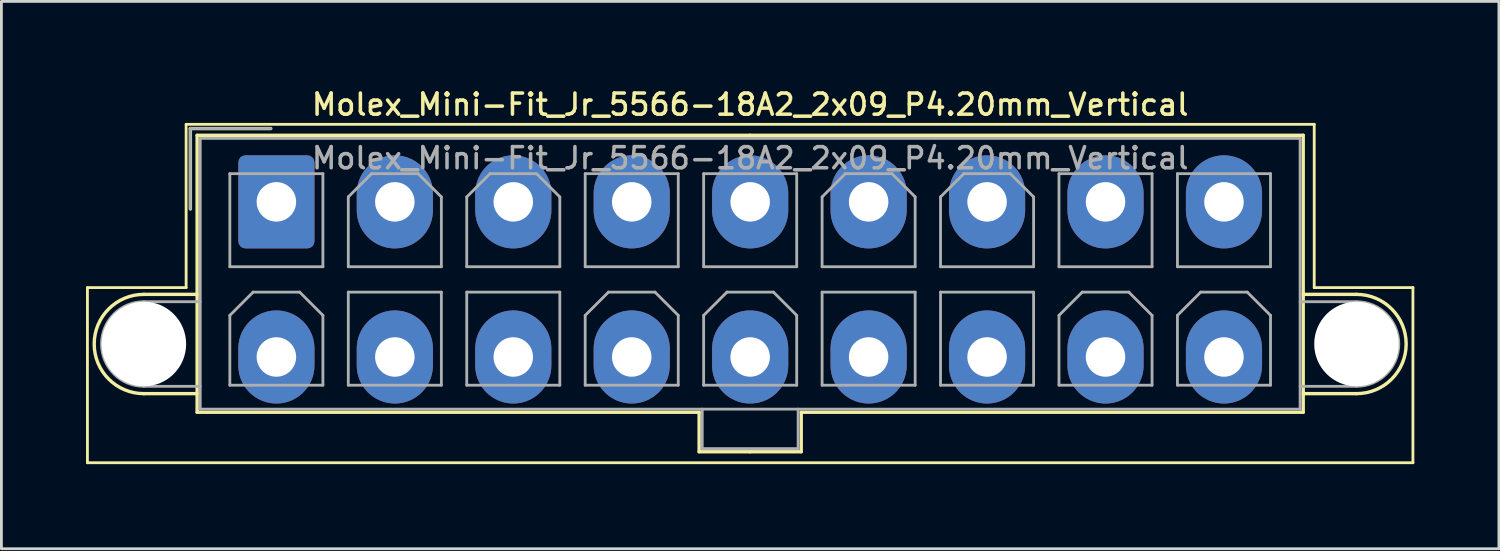
<source format=kicad_pcb>
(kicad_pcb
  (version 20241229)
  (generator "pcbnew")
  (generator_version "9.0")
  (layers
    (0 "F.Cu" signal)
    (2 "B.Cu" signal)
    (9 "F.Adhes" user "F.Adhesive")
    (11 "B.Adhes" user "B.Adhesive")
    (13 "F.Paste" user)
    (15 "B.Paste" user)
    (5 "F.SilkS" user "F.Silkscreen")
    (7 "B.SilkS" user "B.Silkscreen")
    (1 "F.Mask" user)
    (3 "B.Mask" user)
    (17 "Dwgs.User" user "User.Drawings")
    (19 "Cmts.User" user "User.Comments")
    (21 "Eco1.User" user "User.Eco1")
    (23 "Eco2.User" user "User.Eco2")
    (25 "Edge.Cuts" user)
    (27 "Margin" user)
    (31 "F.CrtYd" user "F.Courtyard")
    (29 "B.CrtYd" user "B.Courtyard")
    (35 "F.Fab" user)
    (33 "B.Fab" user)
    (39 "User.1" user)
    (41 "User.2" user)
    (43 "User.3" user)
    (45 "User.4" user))
  (footprint "Molex_Mini-Fit_Jr_5566-18A2_2x09_P4.20mm_Vertical"
    (layer "F.Cu")
    (at 6.75 4.108)
    (property "Reference" "Molex_Mini-Fit_Jr_5566-18A2_2x09_P4.20mm_Vertical" (at 16.8 -3.45 0) (layer "F.SilkS") (effects (font (size 0.75 0.75) (thickness 0.125))))
    (attr through_hole)
    (fp_line (start -6.7 3.04) (end -6.7 9.25) (stroke (width 0.1) (type solid)) (layer "F.SilkS"))
    (fp_line (start -6.7 9.25) (end 40.3 9.25) (stroke (width 0.1) (type solid)) (layer "F.SilkS"))
    (fp_line (start -4.7 3.28) (end -2.81 3.28) (stroke (width 0.12) (type solid)) (layer "F.SilkS"))
    (fp_line (start -4.7 6.8) (end -2.81 6.8) (stroke (width 0.12) (type solid)) (layer "F.SilkS"))
    (fp_line (start -3.2 -2.75) (end -3.2 3.04) (stroke (width 0.1) (type solid)) (layer "F.SilkS"))
    (fp_line (start -3.2 3.04) (end -6.7 3.04) (stroke (width 0.1) (type solid)) (layer "F.SilkS"))
    (fp_line (start -3.05 -2.6) (end -3.05 0.25) (stroke (width 0.12) (type solid)) (layer "F.SilkS"))
    (fp_line (start -2.81 -2.36) (end -2.81 7.46) (stroke (width 0.12) (type solid)) (layer "F.SilkS"))
    (fp_line (start -2.81 7.46) (end 14.99 7.46) (stroke (width 0.12) (type solid)) (layer "F.SilkS"))
    (fp_line (start -0.2 -2.6) (end -3.05 -2.6) (stroke (width 0.12) (type solid)) (layer "F.SilkS"))
    (fp_line (start 14.99 7.46) (end 14.99 8.86) (stroke (width 0.12) (type solid)) (layer "F.SilkS"))
    (fp_line (start 14.99 8.86) (end 16.8 8.86) (stroke (width 0.12) (type solid)) (layer "F.SilkS"))
    (fp_line (start 16.8 -2.36) (end -2.81 -2.36) (stroke (width 0.12) (type solid)) (layer "F.SilkS"))
    (fp_line (start 16.8 -2.36) (end 36.41 -2.36) (stroke (width 0.12) (type solid)) (layer "F.SilkS"))
    (fp_line (start 18.61 7.46) (end 18.61 8.86) (stroke (width 0.12) (type solid)) (layer "F.SilkS"))
    (fp_line (start 18.61 8.86) (end 16.8 8.86) (stroke (width 0.12) (type solid)) (layer "F.SilkS"))
    (fp_line (start 36.41 -2.36) (end 36.41 7.46) (stroke (width 0.12) (type solid)) (layer "F.SilkS"))
    (fp_line (start 36.41 7.46) (end 18.61 7.46) (stroke (width 0.12) (type solid)) (layer "F.SilkS"))
    (fp_line (start 36.8 -2.75) (end -3.2 -2.75) (stroke (width 0.1) (type solid)) (layer "F.SilkS"))
    (fp_line (start 36.8 3.04) (end 36.8 -2.75) (stroke (width 0.1) (type solid)) (layer "F.SilkS"))
    (fp_line (start 38.3 3.28) (end 36.41 3.28) (stroke (width 0.12) (type solid)) (layer "F.SilkS"))
    (fp_line (start 38.3 6.8) (end 36.41 6.8) (stroke (width 0.12) (type solid)) (layer "F.SilkS"))
    (fp_line (start 40.3 3.04) (end 36.8 3.04) (stroke (width 0.1) (type solid)) (layer "F.SilkS"))
    (fp_line (start 40.3 9.25) (end 40.3 3.04) (stroke (width 0.1) (type solid)) (layer "F.SilkS"))
    (fp_arc (start -4.7 6.8) (mid -6.46 5.04) (end -4.7 3.28) (stroke (width 0.12) (type solid)) (layer "F.SilkS"))
    (fp_arc (start 38.3 3.28) (mid 40.06 5.04) (end 38.3 6.8) (stroke (width 0.12) (type solid)) (layer "F.SilkS"))
    (fp_line (start -4.7 3.54) (end -2.7 3.54) (stroke (width 0.1) (type solid)) (layer "F.Fab"))
    (fp_line (start -4.7 6.54) (end -2.7 6.54) (stroke (width 0.1) (type solid)) (layer "F.Fab"))
    (fp_line (start -3.05 -2.6) (end -3.05 0.25) (stroke (width 0.1) (type solid)) (layer "F.Fab"))
    (fp_line (start -2.7 -2.25) (end -2.7 7.35) (stroke (width 0.1) (type solid)) (layer "F.Fab"))
    (fp_line (start -2.7 7.35) (end 36.3 7.35) (stroke (width 0.1) (type solid)) (layer "F.Fab"))
    (fp_line (start -1.65 -1) (end -1.65 2.3) (stroke (width 0.1) (type solid)) (layer "F.Fab"))
    (fp_line (start -1.65 2.3) (end 1.65 2.3) (stroke (width 0.1) (type solid)) (layer "F.Fab"))
    (fp_line (start -1.65 4.025) (end -0.825 3.2) (stroke (width 0.1) (type solid)) (layer "F.Fab"))
    (fp_line (start -1.65 6.5) (end -1.65 4.025) (stroke (width 0.1) (type solid)) (layer "F.Fab"))
    (fp_line (start -0.825 3.2) (end 0.825 3.2) (stroke (width 0.1) (type solid)) (layer "F.Fab"))
    (fp_line (start -0.2 -2.6) (end -3.05 -2.6) (stroke (width 0.1) (type solid)) (layer "F.Fab"))
    (fp_line (start 0.825 3.2) (end 1.65 4.025) (stroke (width 0.1) (type solid)) (layer "F.Fab"))
    (fp_line (start 1.65 -1) (end -1.65 -1) (stroke (width 0.1) (type solid)) (layer "F.Fab"))
    (fp_line (start 1.65 2.3) (end 1.65 -1) (stroke (width 0.1) (type solid)) (layer "F.Fab"))
    (fp_line (start 1.65 4.025) (end 1.65 6.5) (stroke (width 0.1) (type solid)) (layer "F.Fab"))
    (fp_line (start 1.65 6.5) (end -1.65 6.5) (stroke (width 0.1) (type solid)) (layer "F.Fab"))
    (fp_line (start 2.55 -0.175) (end 3.375 -1) (stroke (width 0.1) (type solid)) (layer "F.Fab"))
    (fp_line (start 2.55 2.3) (end 2.55 -0.175) (stroke (width 0.1) (type solid)) (layer "F.Fab"))
    (fp_line (start 2.55 3.2) (end 2.55 6.5) (stroke (width 0.1) (type solid)) (layer "F.Fab"))
    (fp_line (start 2.55 6.5) (end 5.85 6.5) (stroke (width 0.1) (type solid)) (layer "F.Fab"))
    (fp_line (start 3.375 -1) (end 5.025 -1) (stroke (width 0.1) (type solid)) (layer "F.Fab"))
    (fp_line (start 5.025 -1) (end 5.85 -0.175) (stroke (width 0.1) (type solid)) (layer "F.Fab"))
    (fp_line (start 5.85 -0.175) (end 5.85 2.3) (stroke (width 0.1) (type solid)) (layer "F.Fab"))
    (fp_line (start 5.85 2.3) (end 2.55 2.3) (stroke (width 0.1) (type solid)) (layer "F.Fab"))
    (fp_line (start 5.85 3.2) (end 2.55 3.2) (stroke (width 0.1) (type solid)) (layer "F.Fab"))
    (fp_line (start 5.85 6.5) (end 5.85 3.2) (stroke (width 0.1) (type solid)) (layer "F.Fab"))
    (fp_line (start 6.75 -0.175) (end 7.575 -1) (stroke (width 0.1) (type solid)) (layer "F.Fab"))
    (fp_line (start 6.75 2.3) (end 6.75 -0.175) (stroke (width 0.1) (type solid)) (layer "F.Fab"))
    (fp_line (start 6.75 3.2) (end 6.75 6.5) (stroke (width 0.1) (type solid)) (layer "F.Fab"))
    (fp_line (start 6.75 6.5) (end 10.05 6.5) (stroke (width 0.1) (type solid)) (layer "F.Fab"))
    (fp_line (start 7.575 -1) (end 9.225 -1) (stroke (width 0.1) (type solid)) (layer "F.Fab"))
    (fp_line (start 9.225 -1) (end 10.05 -0.175) (stroke (width 0.1) (type solid)) (layer "F.Fab"))
    (fp_line (start 10.05 -0.175) (end 10.05 2.3) (stroke (width 0.1) (type solid)) (layer "F.Fab"))
    (fp_line (start 10.05 2.3) (end 6.75 2.3) (stroke (width 0.1) (type solid)) (layer "F.Fab"))
    (fp_line (start 10.05 3.2) (end 6.75 3.2) (stroke (width 0.1) (type solid)) (layer "F.Fab"))
    (fp_line (start 10.05 6.5) (end 10.05 3.2) (stroke (width 0.1) (type solid)) (layer "F.Fab"))
    (fp_line (start 10.95 -1) (end 10.95 2.3) (stroke (width 0.1) (type solid)) (layer "F.Fab"))
    (fp_line (start 10.95 2.3) (end 14.25 2.3) (stroke (width 0.1) (type solid)) (layer "F.Fab"))
    (fp_line (start 10.95 4.025) (end 11.775 3.2) (stroke (width 0.1) (type solid)) (layer "F.Fab"))
    (fp_line (start 10.95 6.5) (end 10.95 4.025) (stroke (width 0.1) (type solid)) (layer "F.Fab"))
    (fp_line (start 11.775 3.2) (end 13.425 3.2) (stroke (width 0.1) (type solid)) (layer "F.Fab"))
    (fp_line (start 13.425 3.2) (end 14.25 4.025) (stroke (width 0.1) (type solid)) (layer "F.Fab"))
    (fp_line (start 14.25 -1) (end 10.95 -1) (stroke (width 0.1) (type solid)) (layer "F.Fab"))
    (fp_line (start 14.25 2.3) (end 14.25 -1) (stroke (width 0.1) (type solid)) (layer "F.Fab"))
    (fp_line (start 14.25 4.025) (end 14.25 6.5) (stroke (width 0.1) (type solid)) (layer "F.Fab"))
    (fp_line (start 14.25 6.5) (end 10.95 6.5) (stroke (width 0.1) (type solid)) (layer "F.Fab"))
    (fp_line (start 15.1 7.35) (end 15.1 8.75) (stroke (width 0.1) (type solid)) (layer "F.Fab"))
    (fp_line (start 15.1 8.75) (end 18.5 8.75) (stroke (width 0.1) (type solid)) (layer "F.Fab"))
    (fp_line (start 15.15 -1) (end 15.15 2.3) (stroke (width 0.1) (type solid)) (layer "F.Fab"))
    (fp_line (start 15.15 2.3) (end 18.45 2.3) (stroke (width 0.1) (type solid)) (layer "F.Fab"))
    (fp_line (start 15.15 4.025) (end 15.975 3.2) (stroke (width 0.1) (type solid)) (layer "F.Fab"))
    (fp_line (start 15.15 6.5) (end 15.15 4.025) (stroke (width 0.1) (type solid)) (layer "F.Fab"))
    (fp_line (start 15.975 3.2) (end 17.625 3.2) (stroke (width 0.1) (type solid)) (layer "F.Fab"))
    (fp_line (start 17.625 3.2) (end 18.45 4.025) (stroke (width 0.1) (type solid)) (layer "F.Fab"))
    (fp_line (start 18.45 -1) (end 15.15 -1) (stroke (width 0.1) (type solid)) (layer "F.Fab"))
    (fp_line (start 18.45 2.3) (end 18.45 -1) (stroke (width 0.1) (type solid)) (layer "F.Fab"))
    (fp_line (start 18.45 4.025) (end 18.45 6.5) (stroke (width 0.1) (type solid)) (layer "F.Fab"))
    (fp_line (start 18.45 6.5) (end 15.15 6.5) (stroke (width 0.1) (type solid)) (layer "F.Fab"))
    (fp_line (start 18.5 8.75) (end 18.5 7.35) (stroke (width 0.1) (type solid)) (layer "F.Fab"))
    (fp_line (start 19.35 -0.175) (end 20.175 -1) (stroke (width 0.1) (type solid)) (layer "F.Fab"))
    (fp_line (start 19.35 2.3) (end 19.35 -0.175) (stroke (width 0.1) (type solid)) (layer "F.Fab"))
    (fp_line (start 19.35 3.2) (end 19.35 6.5) (stroke (width 0.1) (type solid)) (layer "F.Fab"))
    (fp_line (start 19.35 6.5) (end 22.65 6.5) (stroke (width 0.1) (type solid)) (layer "F.Fab"))
    (fp_line (start 20.175 -1) (end 21.825 -1) (stroke (width 0.1) (type solid)) (layer "F.Fab"))
    (fp_line (start 21.825 -1) (end 22.65 -0.175) (stroke (width 0.1) (type solid)) (layer "F.Fab"))
    (fp_line (start 22.65 -0.175) (end 22.65 2.3) (stroke (width 0.1) (type solid)) (layer "F.Fab"))
    (fp_line (start 22.65 2.3) (end 19.35 2.3) (stroke (width 0.1) (type solid)) (layer "F.Fab"))
    (fp_line (start 22.65 3.2) (end 19.35 3.2) (stroke (width 0.1) (type solid)) (layer "F.Fab"))
    (fp_line (start 22.65 6.5) (end 22.65 3.2) (stroke (width 0.1) (type solid)) (layer "F.Fab"))
    (fp_line (start 23.55 -0.175) (end 24.375 -1) (stroke (width 0.1) (type solid)) (layer "F.Fab"))
    (fp_line (start 23.55 2.3) (end 23.55 -0.175) (stroke (width 0.1) (type solid)) (layer "F.Fab"))
    (fp_line (start 23.55 3.2) (end 23.55 6.5) (stroke (width 0.1) (type solid)) (layer "F.Fab"))
    (fp_line (start 23.55 6.5) (end 26.85 6.5) (stroke (width 0.1) (type solid)) (layer "F.Fab"))
    (fp_line (start 24.375 -1) (end 26.025 -1) (stroke (width 0.1) (type solid)) (layer "F.Fab"))
    (fp_line (start 26.025 -1) (end 26.85 -0.175) (stroke (width 0.1) (type solid)) (layer "F.Fab"))
    (fp_line (start 26.85 -0.175) (end 26.85 2.3) (stroke (width 0.1) (type solid)) (layer "F.Fab"))
    (fp_line (start 26.85 2.3) (end 23.55 2.3) (stroke (width 0.1) (type solid)) (layer "F.Fab"))
    (fp_line (start 26.85 3.2) (end 23.55 3.2) (stroke (width 0.1) (type solid)) (layer "F.Fab"))
    (fp_line (start 26.85 6.5) (end 26.85 3.2) (stroke (width 0.1) (type solid)) (layer "F.Fab"))
    (fp_line (start 27.75 -1) (end 27.75 2.3) (stroke (width 0.1) (type solid)) (layer "F.Fab"))
    (fp_line (start 27.75 2.3) (end 31.05 2.3) (stroke (width 0.1) (type solid)) (layer "F.Fab"))
    (fp_line (start 27.75 4.025) (end 28.575 3.2) (stroke (width 0.1) (type solid)) (layer "F.Fab"))
    (fp_line (start 27.75 6.5) (end 27.75 4.025) (stroke (width 0.1) (type solid)) (layer "F.Fab"))
    (fp_line (start 28.575 3.2) (end 30.225 3.2) (stroke (width 0.1) (type solid)) (layer "F.Fab"))
    (fp_line (start 30.225 3.2) (end 31.05 4.025) (stroke (width 0.1) (type solid)) (layer "F.Fab"))
    (fp_line (start 31.05 -1) (end 27.75 -1) (stroke (width 0.1) (type solid)) (layer "F.Fab"))
    (fp_line (start 31.05 2.3) (end 31.05 -1) (stroke (width 0.1) (type solid)) (layer "F.Fab"))
    (fp_line (start 31.05 4.025) (end 31.05 6.5) (stroke (width 0.1) (type solid)) (layer "F.Fab"))
    (fp_line (start 31.05 6.5) (end 27.75 6.5) (stroke (width 0.1) (type solid)) (layer "F.Fab"))
    (fp_line (start 31.95 -1) (end 31.95 2.3) (stroke (width 0.1) (type solid)) (layer "F.Fab"))
    (fp_line (start 31.95 2.3) (end 35.25 2.3) (stroke (width 0.1) (type solid)) (layer "F.Fab"))
    (fp_line (start 31.95 4.025) (end 32.775 3.2) (stroke (width 0.1) (type solid)) (layer "F.Fab"))
    (fp_line (start 31.95 6.5) (end 31.95 4.025) (stroke (width 0.1) (type solid)) (layer "F.Fab"))
    (fp_line (start 32.775 3.2) (end 34.425 3.2) (stroke (width 0.1) (type solid)) (layer "F.Fab"))
    (fp_line (start 34.425 3.2) (end 35.25 4.025) (stroke (width 0.1) (type solid)) (layer "F.Fab"))
    (fp_line (start 35.25 -1) (end 31.95 -1) (stroke (width 0.1) (type solid)) (layer "F.Fab"))
    (fp_line (start 35.25 2.3) (end 35.25 -1) (stroke (width 0.1) (type solid)) (layer "F.Fab"))
    (fp_line (start 35.25 4.025) (end 35.25 6.5) (stroke (width 0.1) (type solid)) (layer "F.Fab"))
    (fp_line (start 35.25 6.5) (end 31.95 6.5) (stroke (width 0.1) (type solid)) (layer "F.Fab"))
    (fp_line (start 36.3 -2.25) (end -2.7 -2.25) (stroke (width 0.1) (type solid)) (layer "F.Fab"))
    (fp_line (start 36.3 7.35) (end 36.3 -2.25) (stroke (width 0.1) (type solid)) (layer "F.Fab"))
    (fp_line (start 38.3 3.54) (end 36.3 3.54) (stroke (width 0.1) (type solid)) (layer "F.Fab"))
    (fp_line (start 38.3 6.54) (end 36.3 6.54) (stroke (width 0.1) (type solid)) (layer "F.Fab"))
    (fp_arc (start -4.7 6.54) (mid -6.2 5.04) (end -4.7 3.54) (stroke (width 0.1) (type solid)) (layer "F.Fab"))
    (fp_arc (start 38.3 3.54) (mid 39.8 5.04) (end 38.3 6.54) (stroke (width 0.1) (type solid)) (layer "F.Fab"))
    (fp_text user "${REFERENCE}" (at 16.8 -1.55 0) (layer "F.Fab") (effects (font (size 0.75 0.75) (thickness 0.125))))
    (pad "" np_thru_hole circle (at -4.7 5.04) (size 3 3) (drill 3) (layers "*.Cu" "*.Mask"))
    (pad "" np_thru_hole circle (at 38.3 5.04) (size 3 3) (drill 3) (layers "*.Cu" "*.Mask"))
    (pad "1" thru_hole roundrect (at 0 0) (size 2.7 3.3) (drill 1.4) (layers "*.Cu" "*.Mask") (roundrect_rratio 0.093))
    (pad "2" thru_hole oval (at 4.2 0) (size 2.7 3.3) (drill 1.4) (layers "*.Cu" "*.Mask"))
    (pad "3" thru_hole oval (at 8.4 0) (size 2.7 3.3) (drill 1.4) (layers "*.Cu" "*.Mask"))
    (pad "4" thru_hole oval (at 12.6 0) (size 2.7 3.3) (drill 1.4) (layers "*.Cu" "*.Mask"))
    (pad "5" thru_hole oval (at 16.8 0) (size 2.7 3.3) (drill 1.4) (layers "*.Cu" "*.Mask"))
    (pad "6" thru_hole oval (at 21 0) (size 2.7 3.3) (drill 1.4) (layers "*.Cu" "*.Mask"))
    (pad "7" thru_hole oval (at 25.2 0) (size 2.7 3.3) (drill 1.4) (layers "*.Cu" "*.Mask"))
    (pad "8" thru_hole oval (at 29.4 0) (size 2.7 3.3) (drill 1.4) (layers "*.Cu" "*.Mask"))
    (pad "9" thru_hole oval (at 33.6 0) (size 2.7 3.3) (drill 1.4) (layers "*.Cu" "*.Mask"))
    (pad "10" thru_hole oval (at 0 5.5) (size 2.7 3.3) (drill 1.4) (layers "*.Cu" "*.Mask"))
    (pad "11" thru_hole oval (at 4.2 5.5) (size 2.7 3.3) (drill 1.4) (layers "*.Cu" "*.Mask"))
    (pad "12" thru_hole oval (at 8.4 5.5) (size 2.7 3.3) (drill 1.4) (layers "*.Cu" "*.Mask"))
    (pad "13" thru_hole oval (at 12.6 5.5) (size 2.7 3.3) (drill 1.4) (layers "*.Cu" "*.Mask"))
    (pad "14" thru_hole oval (at 16.8 5.5) (size 2.7 3.3) (drill 1.4) (layers "*.Cu" "*.Mask"))
    (pad "15" thru_hole oval (at 21 5.5) (size 2.7 3.3) (drill 1.4) (layers "*.Cu" "*.Mask"))
    (pad "16" thru_hole oval (at 25.2 5.5) (size 2.7 3.3) (drill 1.4) (layers "*.Cu" "*.Mask"))
    (pad "17" thru_hole oval (at 29.4 5.5) (size 2.7 3.3) (drill 1.4) (layers "*.Cu" "*.Mask"))
    (pad "18" thru_hole oval (at 33.6 5.5) (size 2.7 3.3) (drill 1.4) (layers "*.Cu" "*.Mask")))
  (gr_rect
    (start -3 -3)
    (end 50.1 16.408)
    (stroke (width 0.1) (type default))
    (fill no)
    (layer "Edge.Cuts")))
</source>
